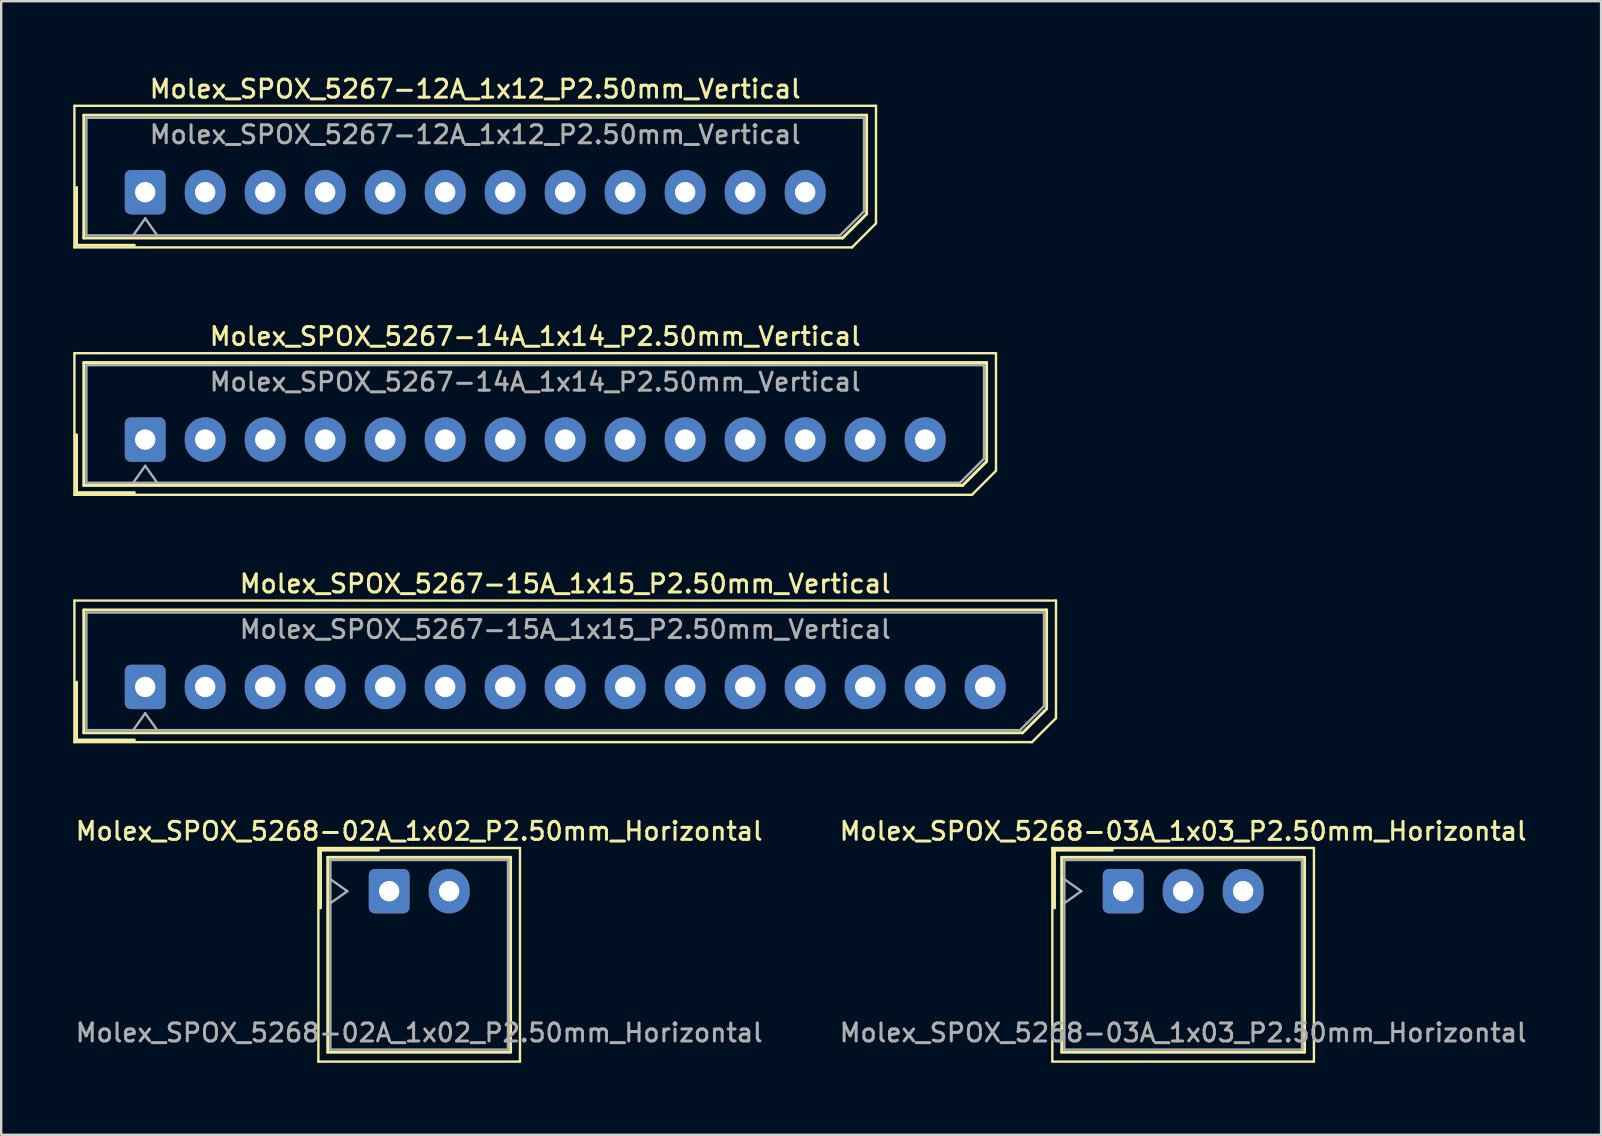
<source format=kicad_pcb>
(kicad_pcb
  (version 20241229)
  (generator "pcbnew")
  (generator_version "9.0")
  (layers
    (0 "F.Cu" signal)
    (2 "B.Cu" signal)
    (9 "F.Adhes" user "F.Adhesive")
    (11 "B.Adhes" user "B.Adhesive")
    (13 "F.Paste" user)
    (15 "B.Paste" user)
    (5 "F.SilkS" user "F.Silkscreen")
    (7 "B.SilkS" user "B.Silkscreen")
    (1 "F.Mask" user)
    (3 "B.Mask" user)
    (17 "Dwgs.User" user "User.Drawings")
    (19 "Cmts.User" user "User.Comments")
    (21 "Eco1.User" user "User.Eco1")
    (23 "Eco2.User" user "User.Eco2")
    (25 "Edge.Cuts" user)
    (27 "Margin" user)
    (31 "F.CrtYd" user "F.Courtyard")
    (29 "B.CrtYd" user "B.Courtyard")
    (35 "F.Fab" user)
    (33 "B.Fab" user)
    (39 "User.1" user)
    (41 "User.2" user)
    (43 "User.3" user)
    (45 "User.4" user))
  (footprint "Molex_SPOX_5268-03A_1x03_P2.50mm_Horizontal"
    (layer "F.Cu")
    (at 43.748 34.083)
    (property "Reference" "Molex_SPOX_5268-03A_1x03_P2.50mm_Horizontal" (at 2.5 -2.5 0) (layer "F.SilkS") (effects (font (size 0.75 0.75) (thickness 0.125))))
    (attr through_hole)
    (fp_line (start -2.95 -1.8) (end -2.95 7.1) (stroke (width 0.1) (type solid)) (layer "F.SilkS"))
    (fp_line (start -2.95 7.1) (end 7.95 7.1) (stroke (width 0.1) (type solid)) (layer "F.SilkS"))
    (fp_line (start -2.86 -1.71) (end -0.45 -1.71) (stroke (width 0.12) (type solid)) (layer "F.SilkS"))
    (fp_line (start -2.86 0.7) (end -2.86 -1.71) (stroke (width 0.12) (type solid)) (layer "F.SilkS"))
    (fp_line (start -2.56 -1.41) (end -2.56 6.71) (stroke (width 0.12) (type solid)) (layer "F.SilkS"))
    (fp_line (start -2.56 6.71) (end 7.56 6.71) (stroke (width 0.12) (type solid)) (layer "F.SilkS"))
    (fp_line (start 7.56 -1.41) (end -2.56 -1.41) (stroke (width 0.12) (type solid)) (layer "F.SilkS"))
    (fp_line (start 7.56 6.71) (end 7.56 -1.41) (stroke (width 0.12) (type solid)) (layer "F.SilkS"))
    (fp_line (start 7.95 -1.8) (end -2.95 -1.8) (stroke (width 0.1) (type solid)) (layer "F.SilkS"))
    (fp_line (start 7.95 7.1) (end 7.95 -1.8) (stroke (width 0.1) (type solid)) (layer "F.SilkS"))
    (fp_line (start -2.45 -1.3) (end -2.45 6.6) (stroke (width 0.1) (type solid)) (layer "F.Fab"))
    (fp_line (start -2.45 0.5) (end -1.743 0) (stroke (width 0.1) (type solid)) (layer "F.Fab"))
    (fp_line (start -2.45 6.6) (end 7.45 6.6) (stroke (width 0.1) (type solid)) (layer "F.Fab"))
    (fp_line (start -1.743 0) (end -2.45 -0.5) (stroke (width 0.1) (type solid)) (layer "F.Fab"))
    (fp_line (start 7.45 -1.3) (end -2.45 -1.3) (stroke (width 0.1) (type solid)) (layer "F.Fab"))
    (fp_line (start 7.45 6.6) (end 7.45 -1.3) (stroke (width 0.1) (type solid)) (layer "F.Fab"))
    (fp_text user "${REFERENCE}" (at 2.5 5.9 0) (layer "F.Fab") (effects (font (size 0.75 0.75) (thickness 0.125))))
    (pad "1" thru_hole roundrect (at 0 0) (size 1.7 1.85) (drill 0.85) (layers "*.Cu" "*.Mask") (roundrect_rratio 0.147))
    (pad "2" thru_hole oval (at 2.5 0) (size 1.7 1.85) (drill 0.85) (layers "*.Cu" "*.Mask"))
    (pad "3" thru_hole oval (at 5 0) (size 1.7 1.85) (drill 0.85) (layers "*.Cu" "*.Mask")))
  (footprint "Molex_SPOX_5267-15A_1x15_P2.50mm_Vertical"
    (layer "F.Cu")
    (at 3 25.574)
    (property "Reference" "Molex_SPOX_5267-15A_1x15_P2.50mm_Vertical" (at 17.5 -4.3 0) (layer "F.SilkS") (effects (font (size 0.75 0.75) (thickness 0.125))))
    (attr through_hole)
    (fp_line (start -2.95 -3.6) (end -2.95 2.3) (stroke (width 0.1) (type solid)) (layer "F.SilkS"))
    (fp_line (start -2.95 2.3) (end 36.95 2.3) (stroke (width 0.1) (type solid)) (layer "F.SilkS"))
    (fp_line (start -2.86 -0.2) (end -2.86 2.21) (stroke (width 0.12) (type solid)) (layer "F.SilkS"))
    (fp_line (start -2.86 2.21) (end -0.45 2.21) (stroke (width 0.12) (type solid)) (layer "F.SilkS"))
    (fp_line (start -2.56 -3.21) (end -2.56 1.91) (stroke (width 0.12) (type solid)) (layer "F.SilkS"))
    (fp_line (start -2.56 1.91) (end 36.56 1.91) (stroke (width 0.12) (type solid)) (layer "F.SilkS"))
    (fp_line (start 36.56 1.91) (end 37.56 0.91) (stroke (width 0.12) (type solid)) (layer "F.SilkS"))
    (fp_line (start 36.95 2.3) (end 37.95 1.3) (stroke (width 0.1) (type solid)) (layer "F.SilkS"))
    (fp_line (start 37.56 -3.21) (end -2.56 -3.21) (stroke (width 0.12) (type solid)) (layer "F.SilkS"))
    (fp_line (start 37.56 0.91) (end 37.56 -3.21) (stroke (width 0.12) (type solid)) (layer "F.SilkS"))
    (fp_line (start 37.95 -3.6) (end -2.95 -3.6) (stroke (width 0.1) (type solid)) (layer "F.SilkS"))
    (fp_line (start 37.95 1.3) (end 37.95 -3.6) (stroke (width 0.1) (type solid)) (layer "F.SilkS"))
    (fp_line (start -2.45 -3.1) (end -2.45 1.8) (stroke (width 0.1) (type solid)) (layer "F.Fab"))
    (fp_line (start -2.45 1.8) (end 36.45 1.8) (stroke (width 0.1) (type solid)) (layer "F.Fab"))
    (fp_line (start -0.5 1.8) (end 0 1.093) (stroke (width 0.1) (type solid)) (layer "F.Fab"))
    (fp_line (start 0 1.093) (end 0.5 1.8) (stroke (width 0.1) (type solid)) (layer "F.Fab"))
    (fp_line (start 36.45 1.8) (end 37.45 0.8) (stroke (width 0.1) (type solid)) (layer "F.Fab"))
    (fp_line (start 37.45 -3.1) (end -2.45 -3.1) (stroke (width 0.1) (type solid)) (layer "F.Fab"))
    (fp_line (start 37.45 0.8) (end 37.45 -3.1) (stroke (width 0.1) (type solid)) (layer "F.Fab"))
    (fp_text user "${REFERENCE}" (at 17.5 -2.4 0) (layer "F.Fab") (effects (font (size 0.75 0.75) (thickness 0.125))))
    (pad "1" thru_hole roundrect (at 0 0) (size 1.7 1.85) (drill 0.85) (layers "*.Cu" "*.Mask") (roundrect_rratio 0.147))
    (pad "2" thru_hole oval (at 2.5 0) (size 1.7 1.85) (drill 0.85) (layers "*.Cu" "*.Mask"))
    (pad "3" thru_hole oval (at 5 0) (size 1.7 1.85) (drill 0.85) (layers "*.Cu" "*.Mask"))
    (pad "4" thru_hole oval (at 7.5 0) (size 1.7 1.85) (drill 0.85) (layers "*.Cu" "*.Mask"))
    (pad "5" thru_hole oval (at 10 0) (size 1.7 1.85) (drill 0.85) (layers "*.Cu" "*.Mask"))
    (pad "6" thru_hole oval (at 12.5 0) (size 1.7 1.85) (drill 0.85) (layers "*.Cu" "*.Mask"))
    (pad "7" thru_hole oval (at 15 0) (size 1.7 1.85) (drill 0.85) (layers "*.Cu" "*.Mask"))
    (pad "8" thru_hole oval (at 17.5 0) (size 1.7 1.85) (drill 0.85) (layers "*.Cu" "*.Mask"))
    (pad "9" thru_hole oval (at 20 0) (size 1.7 1.85) (drill 0.85) (layers "*.Cu" "*.Mask"))
    (pad "10" thru_hole oval (at 22.5 0) (size 1.7 1.85) (drill 0.85) (layers "*.Cu" "*.Mask"))
    (pad "11" thru_hole oval (at 25 0) (size 1.7 1.85) (drill 0.85) (layers "*.Cu" "*.Mask"))
    (pad "12" thru_hole oval (at 27.5 0) (size 1.7 1.85) (drill 0.85) (layers "*.Cu" "*.Mask"))
    (pad "13" thru_hole oval (at 30 0) (size 1.7 1.85) (drill 0.85) (layers "*.Cu" "*.Mask"))
    (pad "14" thru_hole oval (at 32.5 0) (size 1.7 1.85) (drill 0.85) (layers "*.Cu" "*.Mask"))
    (pad "15" thru_hole oval (at 35 0) (size 1.7 1.85) (drill 0.85) (layers "*.Cu" "*.Mask")))
  (footprint "Molex_SPOX_5267-12A_1x12_P2.50mm_Vertical"
    (layer "F.Cu")
    (at 3 4.958)
    (property "Reference" "Molex_SPOX_5267-12A_1x12_P2.50mm_Vertical" (at 13.75 -4.3 0) (layer "F.SilkS") (effects (font (size 0.75 0.75) (thickness 0.125))))
    (attr through_hole)
    (fp_line (start -2.95 -3.6) (end -2.95 2.3) (stroke (width 0.1) (type solid)) (layer "F.SilkS"))
    (fp_line (start -2.95 2.3) (end 29.45 2.3) (stroke (width 0.1) (type solid)) (layer "F.SilkS"))
    (fp_line (start -2.86 -0.2) (end -2.86 2.21) (stroke (width 0.12) (type solid)) (layer "F.SilkS"))
    (fp_line (start -2.86 2.21) (end -0.45 2.21) (stroke (width 0.12) (type solid)) (layer "F.SilkS"))
    (fp_line (start -2.56 -3.21) (end -2.56 1.91) (stroke (width 0.12) (type solid)) (layer "F.SilkS"))
    (fp_line (start -2.56 1.91) (end 29.06 1.91) (stroke (width 0.12) (type solid)) (layer "F.SilkS"))
    (fp_line (start 29.06 1.91) (end 30.06 0.91) (stroke (width 0.12) (type solid)) (layer "F.SilkS"))
    (fp_line (start 29.45 2.3) (end 30.45 1.3) (stroke (width 0.1) (type solid)) (layer "F.SilkS"))
    (fp_line (start 30.06 -3.21) (end -2.56 -3.21) (stroke (width 0.12) (type solid)) (layer "F.SilkS"))
    (fp_line (start 30.06 0.91) (end 30.06 -3.21) (stroke (width 0.12) (type solid)) (layer "F.SilkS"))
    (fp_line (start 30.45 -3.6) (end -2.95 -3.6) (stroke (width 0.1) (type solid)) (layer "F.SilkS"))
    (fp_line (start 30.45 1.3) (end 30.45 -3.6) (stroke (width 0.1) (type solid)) (layer "F.SilkS"))
    (fp_line (start -2.45 -3.1) (end -2.45 1.8) (stroke (width 0.1) (type solid)) (layer "F.Fab"))
    (fp_line (start -2.45 1.8) (end 28.95 1.8) (stroke (width 0.1) (type solid)) (layer "F.Fab"))
    (fp_line (start -0.5 1.8) (end 0 1.093) (stroke (width 0.1) (type solid)) (layer "F.Fab"))
    (fp_line (start 0 1.093) (end 0.5 1.8) (stroke (width 0.1) (type solid)) (layer "F.Fab"))
    (fp_line (start 28.95 1.8) (end 29.95 0.8) (stroke (width 0.1) (type solid)) (layer "F.Fab"))
    (fp_line (start 29.95 -3.1) (end -2.45 -3.1) (stroke (width 0.1) (type solid)) (layer "F.Fab"))
    (fp_line (start 29.95 0.8) (end 29.95 -3.1) (stroke (width 0.1) (type solid)) (layer "F.Fab"))
    (fp_text user "${REFERENCE}" (at 13.75 -2.4 0) (layer "F.Fab") (effects (font (size 0.75 0.75) (thickness 0.125))))
    (pad "1" thru_hole roundrect (at 0 0) (size 1.7 1.85) (drill 0.85) (layers "*.Cu" "*.Mask") (roundrect_rratio 0.147))
    (pad "2" thru_hole oval (at 2.5 0) (size 1.7 1.85) (drill 0.85) (layers "*.Cu" "*.Mask"))
    (pad "3" thru_hole oval (at 5 0) (size 1.7 1.85) (drill 0.85) (layers "*.Cu" "*.Mask"))
    (pad "4" thru_hole oval (at 7.5 0) (size 1.7 1.85) (drill 0.85) (layers "*.Cu" "*.Mask"))
    (pad "5" thru_hole oval (at 10 0) (size 1.7 1.85) (drill 0.85) (layers "*.Cu" "*.Mask"))
    (pad "6" thru_hole oval (at 12.5 0) (size 1.7 1.85) (drill 0.85) (layers "*.Cu" "*.Mask"))
    (pad "7" thru_hole oval (at 15 0) (size 1.7 1.85) (drill 0.85) (layers "*.Cu" "*.Mask"))
    (pad "8" thru_hole oval (at 17.5 0) (size 1.7 1.85) (drill 0.85) (layers "*.Cu" "*.Mask"))
    (pad "9" thru_hole oval (at 20 0) (size 1.7 1.85) (drill 0.85) (layers "*.Cu" "*.Mask"))
    (pad "10" thru_hole oval (at 22.5 0) (size 1.7 1.85) (drill 0.85) (layers "*.Cu" "*.Mask"))
    (pad "11" thru_hole oval (at 25 0) (size 1.7 1.85) (drill 0.85) (layers "*.Cu" "*.Mask"))
    (pad "12" thru_hole oval (at 27.5 0) (size 1.7 1.85) (drill 0.85) (layers "*.Cu" "*.Mask")))
  (footprint "Molex_SPOX_5268-02A_1x02_P2.50mm_Horizontal"
    (layer "F.Cu")
    (at 13.166 34.083)
    (property "Reference" "Molex_SPOX_5268-02A_1x02_P2.50mm_Horizontal" (at 1.25 -2.5 0) (layer "F.SilkS") (effects (font (size 0.75 0.75) (thickness 0.125))))
    (attr through_hole)
    (fp_line (start -2.95 -1.8) (end -2.95 7.1) (stroke (width 0.1) (type solid)) (layer "F.SilkS"))
    (fp_line (start -2.95 7.1) (end 5.45 7.1) (stroke (width 0.1) (type solid)) (layer "F.SilkS"))
    (fp_line (start -2.86 -1.71) (end -0.45 -1.71) (stroke (width 0.12) (type solid)) (layer "F.SilkS"))
    (fp_line (start -2.86 0.7) (end -2.86 -1.71) (stroke (width 0.12) (type solid)) (layer "F.SilkS"))
    (fp_line (start -2.56 -1.41) (end -2.56 6.71) (stroke (width 0.12) (type solid)) (layer "F.SilkS"))
    (fp_line (start -2.56 6.71) (end 5.06 6.71) (stroke (width 0.12) (type solid)) (layer "F.SilkS"))
    (fp_line (start 5.06 -1.41) (end -2.56 -1.41) (stroke (width 0.12) (type solid)) (layer "F.SilkS"))
    (fp_line (start 5.06 6.71) (end 5.06 -1.41) (stroke (width 0.12) (type solid)) (layer "F.SilkS"))
    (fp_line (start 5.45 -1.8) (end -2.95 -1.8) (stroke (width 0.1) (type solid)) (layer "F.SilkS"))
    (fp_line (start 5.45 7.1) (end 5.45 -1.8) (stroke (width 0.1) (type solid)) (layer "F.SilkS"))
    (fp_line (start -2.45 -1.3) (end -2.45 6.6) (stroke (width 0.1) (type solid)) (layer "F.Fab"))
    (fp_line (start -2.45 0.5) (end -1.743 0) (stroke (width 0.1) (type solid)) (layer "F.Fab"))
    (fp_line (start -2.45 6.6) (end 4.95 6.6) (stroke (width 0.1) (type solid)) (layer "F.Fab"))
    (fp_line (start -1.743 0) (end -2.45 -0.5) (stroke (width 0.1) (type solid)) (layer "F.Fab"))
    (fp_line (start 4.95 -1.3) (end -2.45 -1.3) (stroke (width 0.1) (type solid)) (layer "F.Fab"))
    (fp_line (start 4.95 6.6) (end 4.95 -1.3) (stroke (width 0.1) (type solid)) (layer "F.Fab"))
    (fp_text user "${REFERENCE}" (at 1.25 5.9 0) (layer "F.Fab") (effects (font (size 0.75 0.75) (thickness 0.125))))
    (pad "1" thru_hole roundrect (at 0 0) (size 1.7 1.85) (drill 0.85) (layers "*.Cu" "*.Mask") (roundrect_rratio 0.147))
    (pad "2" thru_hole oval (at 2.5 0) (size 1.7 1.85) (drill 0.85) (layers "*.Cu" "*.Mask")))
  (footprint "Molex_SPOX_5267-14A_1x14_P2.50mm_Vertical"
    (layer "F.Cu")
    (at 3 15.266)
    (property "Reference" "Molex_SPOX_5267-14A_1x14_P2.50mm_Vertical" (at 16.25 -4.3 0) (layer "F.SilkS") (effects (font (size 0.75 0.75) (thickness 0.125))))
    (attr through_hole)
    (fp_line (start -2.95 -3.6) (end -2.95 2.3) (stroke (width 0.1) (type solid)) (layer "F.SilkS"))
    (fp_line (start -2.95 2.3) (end 34.45 2.3) (stroke (width 0.1) (type solid)) (layer "F.SilkS"))
    (fp_line (start -2.86 -0.2) (end -2.86 2.21) (stroke (width 0.12) (type solid)) (layer "F.SilkS"))
    (fp_line (start -2.86 2.21) (end -0.45 2.21) (stroke (width 0.12) (type solid)) (layer "F.SilkS"))
    (fp_line (start -2.56 -3.21) (end -2.56 1.91) (stroke (width 0.12) (type solid)) (layer "F.SilkS"))
    (fp_line (start -2.56 1.91) (end 34.06 1.91) (stroke (width 0.12) (type solid)) (layer "F.SilkS"))
    (fp_line (start 34.06 1.91) (end 35.06 0.91) (stroke (width 0.12) (type solid)) (layer "F.SilkS"))
    (fp_line (start 34.45 2.3) (end 35.45 1.3) (stroke (width 0.1) (type solid)) (layer "F.SilkS"))
    (fp_line (start 35.06 -3.21) (end -2.56 -3.21) (stroke (width 0.12) (type solid)) (layer "F.SilkS"))
    (fp_line (start 35.06 0.91) (end 35.06 -3.21) (stroke (width 0.12) (type solid)) (layer "F.SilkS"))
    (fp_line (start 35.45 -3.6) (end -2.95 -3.6) (stroke (width 0.1) (type solid)) (layer "F.SilkS"))
    (fp_line (start 35.45 1.3) (end 35.45 -3.6) (stroke (width 0.1) (type solid)) (layer "F.SilkS"))
    (fp_line (start -2.45 -3.1) (end -2.45 1.8) (stroke (width 0.1) (type solid)) (layer "F.Fab"))
    (fp_line (start -2.45 1.8) (end 33.95 1.8) (stroke (width 0.1) (type solid)) (layer "F.Fab"))
    (fp_line (start -0.5 1.8) (end 0 1.093) (stroke (width 0.1) (type solid)) (layer "F.Fab"))
    (fp_line (start 0 1.093) (end 0.5 1.8) (stroke (width 0.1) (type solid)) (layer "F.Fab"))
    (fp_line (start 33.95 1.8) (end 34.95 0.8) (stroke (width 0.1) (type solid)) (layer "F.Fab"))
    (fp_line (start 34.95 -3.1) (end -2.45 -3.1) (stroke (width 0.1) (type solid)) (layer "F.Fab"))
    (fp_line (start 34.95 0.8) (end 34.95 -3.1) (stroke (width 0.1) (type solid)) (layer "F.Fab"))
    (fp_text user "${REFERENCE}" (at 16.25 -2.4 0) (layer "F.Fab") (effects (font (size 0.75 0.75) (thickness 0.125))))
    (pad "1" thru_hole roundrect (at 0 0) (size 1.7 1.85) (drill 0.85) (layers "*.Cu" "*.Mask") (roundrect_rratio 0.147))
    (pad "2" thru_hole oval (at 2.5 0) (size 1.7 1.85) (drill 0.85) (layers "*.Cu" "*.Mask"))
    (pad "3" thru_hole oval (at 5 0) (size 1.7 1.85) (drill 0.85) (layers "*.Cu" "*.Mask"))
    (pad "4" thru_hole oval (at 7.5 0) (size 1.7 1.85) (drill 0.85) (layers "*.Cu" "*.Mask"))
    (pad "5" thru_hole oval (at 10 0) (size 1.7 1.85) (drill 0.85) (layers "*.Cu" "*.Mask"))
    (pad "6" thru_hole oval (at 12.5 0) (size 1.7 1.85) (drill 0.85) (layers "*.Cu" "*.Mask"))
    (pad "7" thru_hole oval (at 15 0) (size 1.7 1.85) (drill 0.85) (layers "*.Cu" "*.Mask"))
    (pad "8" thru_hole oval (at 17.5 0) (size 1.7 1.85) (drill 0.85) (layers "*.Cu" "*.Mask"))
    (pad "9" thru_hole oval (at 20 0) (size 1.7 1.85) (drill 0.85) (layers "*.Cu" "*.Mask"))
    (pad "10" thru_hole oval (at 22.5 0) (size 1.7 1.85) (drill 0.85) (layers "*.Cu" "*.Mask"))
    (pad "11" thru_hole oval (at 25 0) (size 1.7 1.85) (drill 0.85) (layers "*.Cu" "*.Mask"))
    (pad "12" thru_hole oval (at 27.5 0) (size 1.7 1.85) (drill 0.85) (layers "*.Cu" "*.Mask"))
    (pad "13" thru_hole oval (at 30 0) (size 1.7 1.85) (drill 0.85) (layers "*.Cu" "*.Mask"))
    (pad "14" thru_hole oval (at 32.5 0) (size 1.7 1.85) (drill 0.85) (layers "*.Cu" "*.Mask")))
  (gr_rect
    (start -3 -3)
    (end 63.664 44.233)
    (stroke (width 0.1) (type default))
    (fill no)
    (layer "Edge.Cuts")))
</source>
